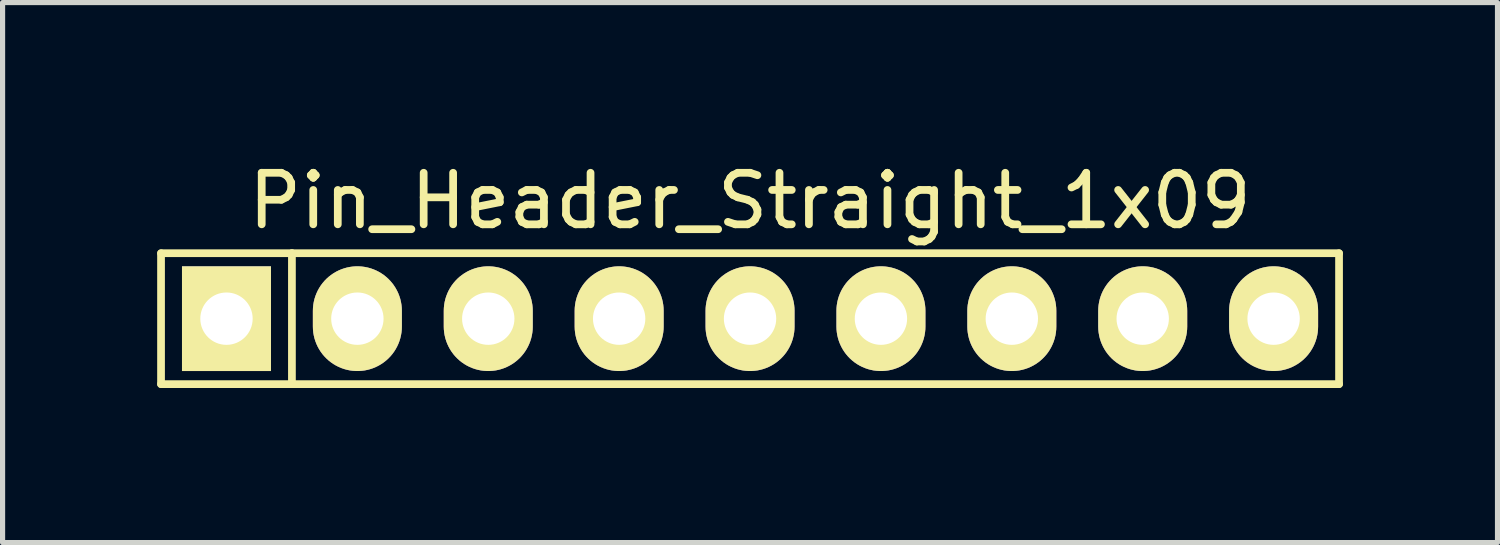
<source format=kicad_pcb>
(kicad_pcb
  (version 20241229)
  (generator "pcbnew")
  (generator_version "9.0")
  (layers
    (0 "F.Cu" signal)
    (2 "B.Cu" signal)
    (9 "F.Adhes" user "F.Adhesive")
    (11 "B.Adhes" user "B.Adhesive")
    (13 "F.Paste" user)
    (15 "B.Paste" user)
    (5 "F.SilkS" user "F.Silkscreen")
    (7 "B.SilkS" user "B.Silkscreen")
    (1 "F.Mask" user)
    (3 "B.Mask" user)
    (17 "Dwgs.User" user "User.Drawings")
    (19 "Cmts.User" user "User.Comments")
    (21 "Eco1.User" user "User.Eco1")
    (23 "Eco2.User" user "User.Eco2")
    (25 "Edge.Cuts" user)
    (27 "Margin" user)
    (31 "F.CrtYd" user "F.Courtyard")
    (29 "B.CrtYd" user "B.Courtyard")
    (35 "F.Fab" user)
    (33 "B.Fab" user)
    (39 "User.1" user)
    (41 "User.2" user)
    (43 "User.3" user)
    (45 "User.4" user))
  (footprint "Pin_Header_Straight_1x09"
    (layer "F.Cu")
    (at 11.505 3.134)
    (property "Reference" "Pin_Header_Straight_1x09" (at 0 -2.286 0) (layer "F.SilkS") (effects (font (size 1 1) (thickness 0.15))))
    (attr through_hole)
    (fp_line (start -11.43 -1.27) (end -11.43 1.27) (stroke (width 0.15) (type solid)) (layer "F.SilkS"))
    (fp_line (start -11.43 -1.27) (end -8.89 -1.27) (stroke (width 0.15) (type solid)) (layer "F.SilkS"))
    (fp_line (start -11.43 1.27) (end -8.89 1.27) (stroke (width 0.15) (type solid)) (layer "F.SilkS"))
    (fp_line (start -8.89 -1.27) (end -8.89 1.27) (stroke (width 0.15) (type solid)) (layer "F.SilkS"))
    (fp_line (start -8.89 -1.27) (end 11.43 -1.27) (stroke (width 0.15) (type solid)) (layer "F.SilkS"))
    (fp_line (start 11.43 -1.27) (end 11.43 1.27) (stroke (width 0.15) (type solid)) (layer "F.SilkS"))
    (fp_line (start 11.43 1.27) (end -8.89 1.27) (stroke (width 0.15) (type solid)) (layer "F.SilkS"))
    (pad "1" thru_hole rect (at -10.16 0) (size 1.727 2.032) (drill 1.016) (layers "*.Cu" "*.Mask" "F.SilkS"))
    (pad "2" thru_hole oval (at -7.62 0) (size 1.727 2.032) (drill 1.016) (layers "*.Cu" "*.Mask" "F.SilkS"))
    (pad "3" thru_hole oval (at -5.08 0) (size 1.727 2.032) (drill 1.016) (layers "*.Cu" "*.Mask" "F.SilkS"))
    (pad "4" thru_hole oval (at -2.54 0) (size 1.727 2.032) (drill 1.016) (layers "*.Cu" "*.Mask" "F.SilkS"))
    (pad "5" thru_hole oval (at 0 0) (size 1.727 2.032) (drill 1.016) (layers "*.Cu" "*.Mask" "F.SilkS"))
    (pad "6" thru_hole oval (at 2.54 0) (size 1.727 2.032) (drill 1.016) (layers "*.Cu" "*.Mask" "F.SilkS"))
    (pad "7" thru_hole oval (at 5.08 0) (size 1.727 2.032) (drill 1.016) (layers "*.Cu" "*.Mask" "F.SilkS"))
    (pad "8" thru_hole oval (at 7.62 0) (size 1.727 2.032) (drill 1.016) (layers "*.Cu" "*.Mask" "F.SilkS"))
    (pad "9" thru_hole oval (at 10.16 0) (size 1.727 2.032) (drill 1.016) (layers "*.Cu" "*.Mask" "F.SilkS")))
  (gr_rect
    (start -3 -3)
    (end 26.01 7.479)
    (stroke (width 0.1) (type default))
    (fill no)
    (layer "Edge.Cuts")))
</source>
